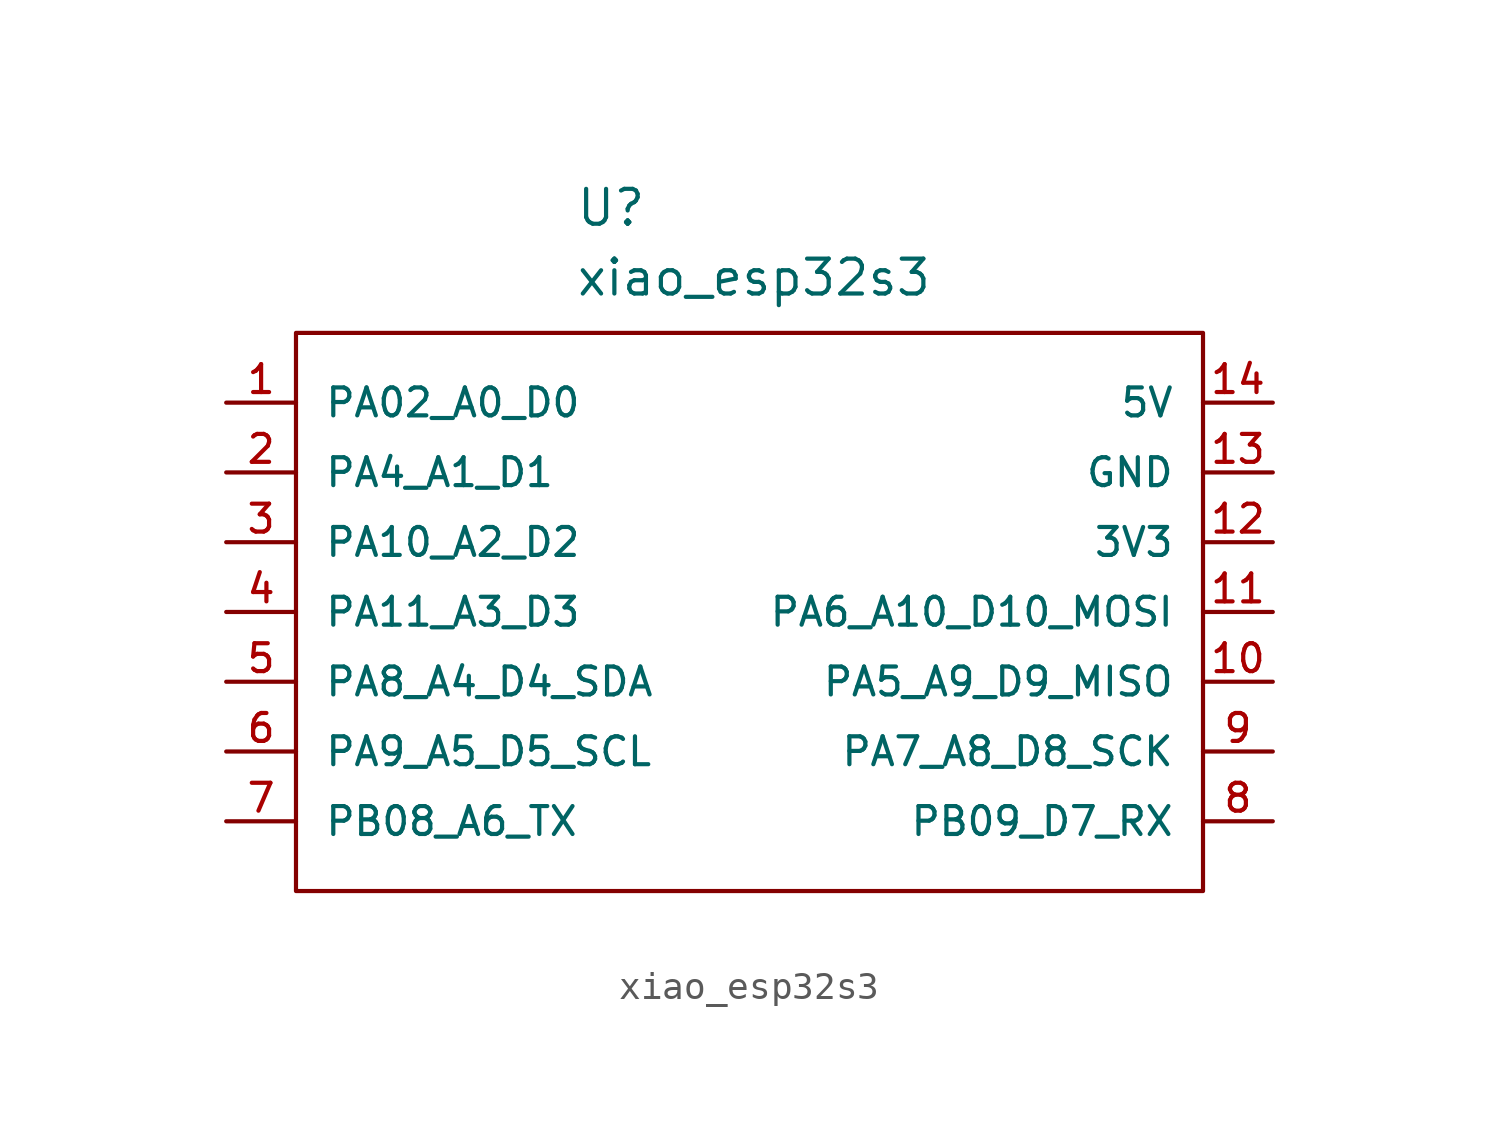
<source format=kicad_sym>
(kicad_symbol_lib
  (version 20231120)
  (generator "kicad_symbol_editor")
  (generator_version "8.0")
  (symbol "xiao_esp32s3"
    (pin_names
      (offset 1.016))
    (property "Reference" "U"
      (at -6.35 13.97 0)
      (effects (font (size 1.27 1.27)) (justify left bottom)))
    (property "Value" "xiao_esp32s3"
      (at -6.35 11.43 0)
      (effects (font (size 1.27 1.27)) (justify left bottom)))
    (symbol "xiao_esp32s3_0_0"
      (pin bidirectional line (at -19.05 7.62 0) (length 2.54) (name "PA02_A0_D0" (effects (font (size 1.016 1.016)))) (number "1" (effects (font (size 1.016 1.016)))))
      (pin bidirectional line (at 19.05 -2.54 180) (length 2.54) (name "PA5_A9_D9_MISO" (effects (font (size 1.016 1.016)))) (number "10" (effects (font (size 1.016 1.016)))))
      (pin bidirectional line (at 19.05 0 180) (length 2.54) (name "PA6_A10_D10_MOSI" (effects (font (size 1.016 1.016)))) (number "11" (effects (font (size 1.016 1.016)))))
      (pin bidirectional line (at 19.05 2.54 180) (length 2.54) (name "3V3" (effects (font (size 1.016 1.016)))) (number "12" (effects (font (size 1.016 1.016)))))
      (pin bidirectional line (at 19.05 5.08 180) (length 2.54) (name "GND" (effects (font (size 1.016 1.016)))) (number "13" (effects (font (size 1.016 1.016)))))
      (pin bidirectional line (at 19.05 7.62 180) (length 2.54) (name "5V" (effects (font (size 1.016 1.016)))) (number "14" (effects (font (size 1.016 1.016)))))
      (pin bidirectional line (at -19.05 5.08 0) (length 2.54) (name "PA4_A1_D1" (effects (font (size 1.016 1.016)))) (number "2" (effects (font (size 1.016 1.016)))))
      (pin bidirectional line (at -19.05 2.54 0) (length 2.54) (name "PA10_A2_D2" (effects (font (size 1.016 1.016)))) (number "3" (effects (font (size 1.016 1.016)))))
      (pin bidirectional line (at -19.05 0 0) (length 2.54) (name "PA11_A3_D3" (effects (font (size 1.016 1.016)))) (number "4" (effects (font (size 1.016 1.016)))))
      (pin bidirectional line (at -19.05 -2.54 0) (length 2.54) (name "PA8_A4_D4_SDA" (effects (font (size 1.016 1.016)))) (number "5" (effects (font (size 1.016 1.016)))))
      (pin bidirectional line (at -19.05 -5.08 0) (length 2.54) (name "PA9_A5_D5_SCL" (effects (font (size 1.016 1.016)))) (number "6" (effects (font (size 1.016 1.016)))))
      (pin bidirectional line (at -19.05 -7.62 0) (length 2.54) (name "PB08_A6_TX" (effects (font (size 1.016 1.016)))) (number "7" (effects (font (size 1.016 1.016)))))
      (pin bidirectional line (at 19.05 -7.62 180) (length 2.54) (name "PB09_D7_RX" (effects (font (size 1.016 1.016)))) (number "8" (effects (font (size 1.016 1.016)))))
      (pin bidirectional line (at 19.05 -5.08 180) (length 2.54) (name "PA7_A8_D8_SCK" (effects (font (size 1.016 1.016)))) (number "9" (effects (font (size 1.016 1.016))))))
    (symbol "xiao_esp32s3_0_1"
      (rectangle (start -16.51 10.16) (end 16.51 -10.16) (stroke (width 0) (type default)) (fill (type none))))))
</source>
